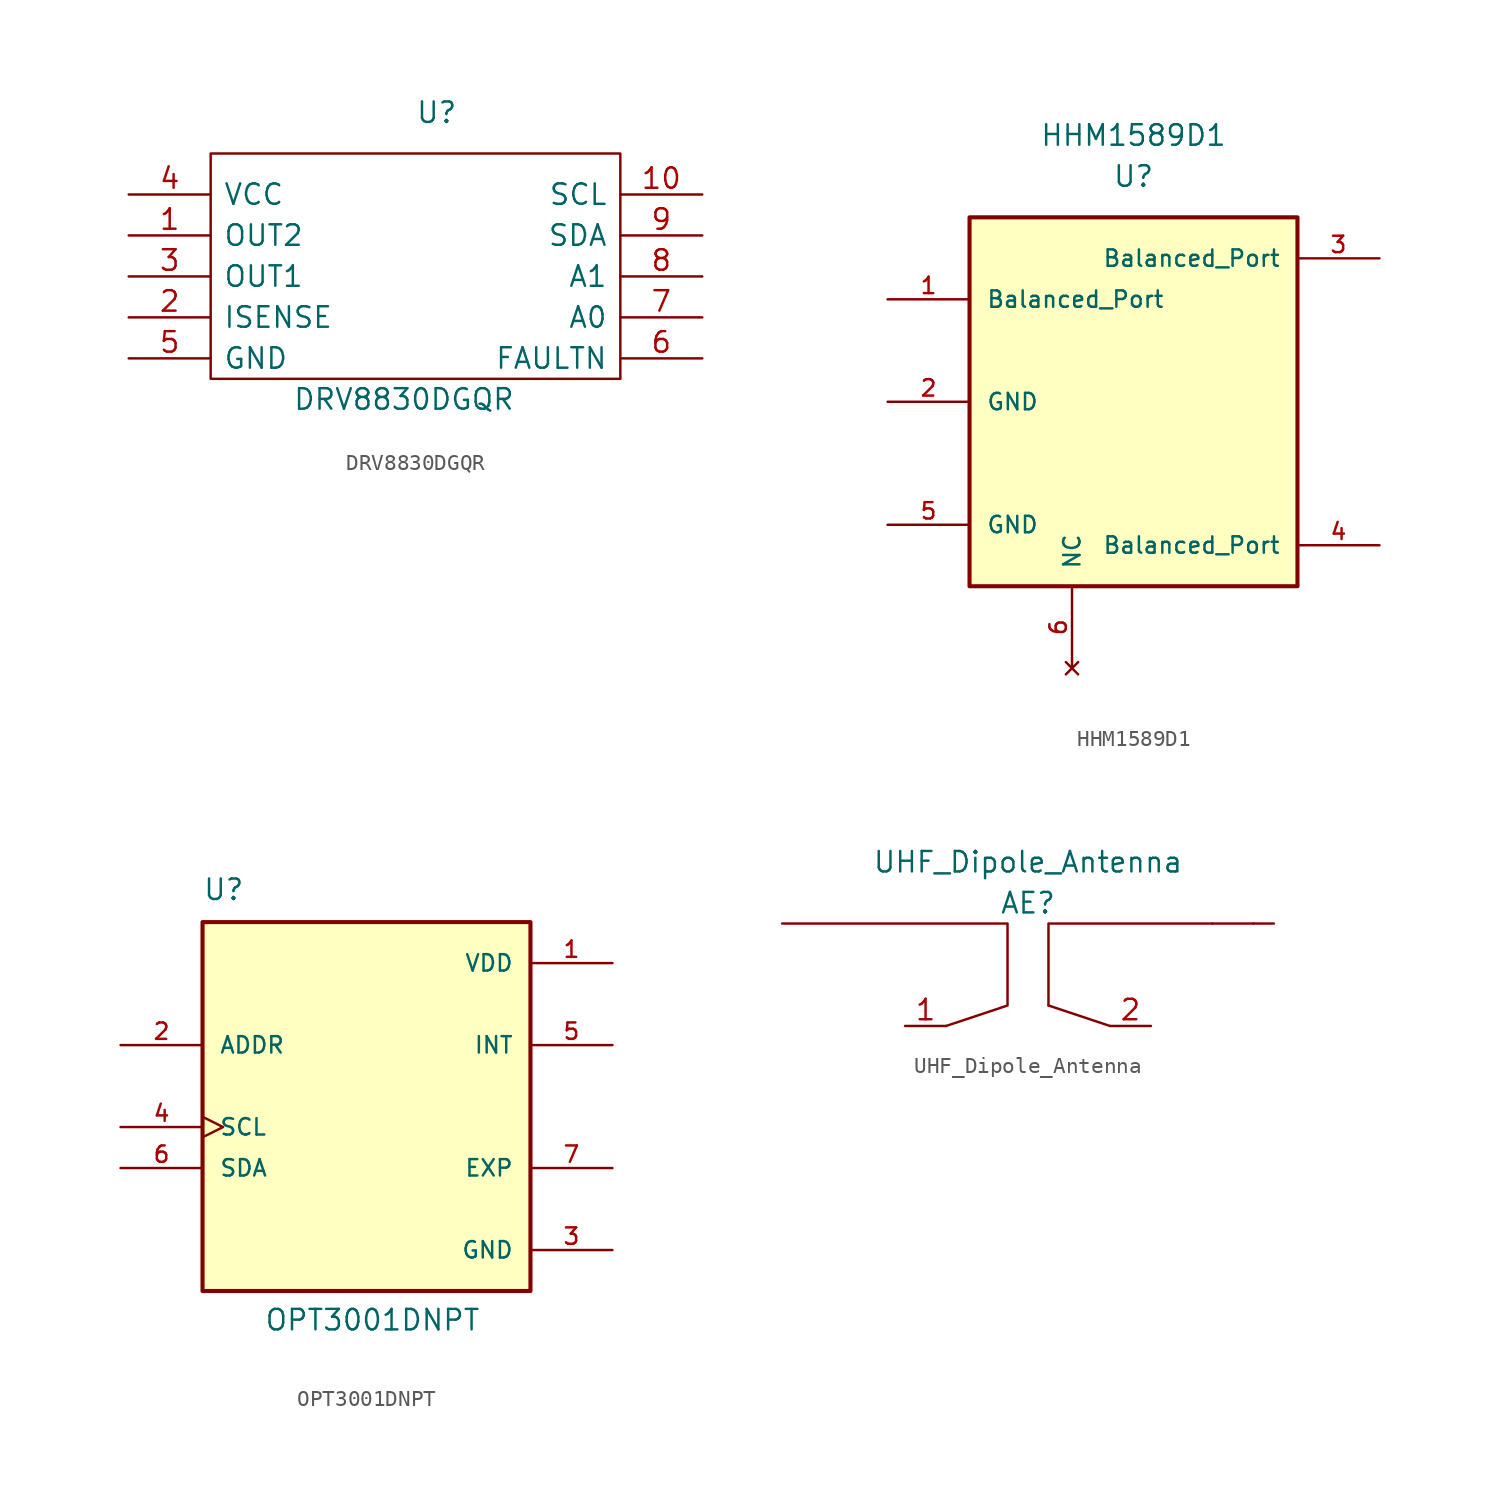
<source format=kicad_sym>
(kicad_symbol_lib
  (version 20231120)
  (generator "kicad_symbol_editor")
  (generator_version "8.0")
  (symbol "DRV8830DGQR"
    (pin_names
      (offset 0.762))
    (property "Reference" "U"
      (at 0 10.16 0)
      (effects (font (size 1.27 1.27)) (justify left)))
    (property "Value" "DRV8830DGQR"
      (at -7.62 -7.62 0)
      (effects (font (size 1.27 1.27)) (justify left)))
    (symbol "DRV8830DGQR_0_0"
      (pin output line (at -17.78 2.54 0) (length 5.08) (name "OUT2" (effects (font (size 1.27 1.27)))) (number "1" (effects (font (size 1.27 1.27)))))
      (pin input line (at 17.78 5.08 180) (length 5.08) (name "SCL" (effects (font (size 1.27 1.27)))) (number "10" (effects (font (size 1.27 1.27)))))
      (pin bidirectional line (at -17.78 -2.54 0) (length 5.08) (name "ISENSE" (effects (font (size 1.27 1.27)))) (number "2" (effects (font (size 1.27 1.27)))))
      (pin output line (at -17.78 0 0) (length 5.08) (name "OUT1" (effects (font (size 1.27 1.27)))) (number "3" (effects (font (size 1.27 1.27)))))
      (pin power_in line (at -17.78 5.08 0) (length 5.08) (name "VCC" (effects (font (size 1.27 1.27)))) (number "4" (effects (font (size 1.27 1.27)))))
      (pin power_in line (at -17.78 -5.08 0) (length 5.08) (name "GND" (effects (font (size 1.27 1.27)))) (number "5" (effects (font (size 1.27 1.27)))))
      (pin open_collector line (at 17.78 -5.08 180) (length 5.08) (name "FAULTN" (effects (font (size 1.27 1.27)))) (number "6" (effects (font (size 1.27 1.27)))))
      (pin input line (at 17.78 -2.54 180) (length 5.08) (name "A0" (effects (font (size 1.27 1.27)))) (number "7" (effects (font (size 1.27 1.27)))))
      (pin input line (at 17.78 0 180) (length 5.08) (name "A1" (effects (font (size 1.27 1.27)))) (number "8" (effects (font (size 1.27 1.27)))))
      (pin bidirectional line (at 17.78 2.54 180) (length 5.08) (name "SDA" (effects (font (size 1.27 1.27)))) (number "9" (effects (font (size 1.27 1.27))))))
    (symbol "DRV8830DGQR_0_1"
      (rectangle (start -12.7 7.62) (end 12.7 -6.35) (stroke (width 0) (type default)) (fill (type none)))))
  (symbol "HHM1589D1"
    (pin_names
      (offset 1.016))
    (property "Reference" "U"
      (at 0 0 0)
      (effects (font (size 1.27 1.27))))
    (property "Value" "HHM1589D1"
      (at 0 2.54 0)
      (effects (font (size 1.27 1.27))))
    (symbol "HHM1589D1_1_1"
      (rectangle (start -10.16 -25.4) (end 10.16 -2.54) (stroke (width 0.254) (type default)) (fill (type background)))
      (pin bidirectional line (at -15.24 -7.62 0) (length 5.08) (name "Balanced_Port" (effects (font (size 1.016 1.016)))) (number "1" (effects (font (size 1.016 1.016)))))
      (pin power_in line (at -15.24 -13.97 0) (length 5.08) (name "GND" (effects (font (size 1.016 1.016)))) (number "2" (effects (font (size 1.016 1.016)))))
      (pin bidirectional line (at 15.24 -5.08 180) (length 5.08) (name "Balanced_Port" (effects (font (size 1.016 1.016)))) (number "3" (effects (font (size 1.016 1.016)))))
      (pin bidirectional line (at 15.24 -22.86 180) (length 5.08) (name "Balanced_Port" (effects (font (size 1.016 1.016)))) (number "4" (effects (font (size 1.016 1.016)))))
      (pin power_in line (at -15.24 -21.59 0) (length 5.08) (name "GND" (effects (font (size 1.016 1.016)))) (number "5" (effects (font (size 1.016 1.016)))))
      (pin no_connect line (at -3.81 -30.48 90) (length 5.08) (name "NC" (effects (font (size 1.016 1.016)))) (number "6" (effects (font (size 1.016 1.016)))))))
  (symbol "OPT3001DNPT"
    (pin_names
      (offset 1.016))
    (property "Reference" "U"
      (at -10.16 13.97 0)
      (effects (font (size 1.27 1.27)) (justify left bottom)))
    (property "Value" "OPT3001DNPT"
      (at -6.35 -12.7 0)
      (effects (font (size 1.27 1.27)) (justify left bottom)))
    (symbol "OPT3001DNPT_0_0"
      (rectangle (start -10.16 -10.16) (end 10.16 12.7) (stroke (width 0.254) (type default)) (fill (type background)))
      (pin power_in line (at 15.24 10.16 180) (length 5.08) (name "VDD" (effects (font (size 1.016 1.016)))) (number "1" (effects (font (size 1.016 1.016)))))
      (pin input line (at -15.24 5.08 0) (length 5.08) (name "ADDR" (effects (font (size 1.016 1.016)))) (number "2" (effects (font (size 1.016 1.016)))))
      (pin power_in line (at 15.24 -7.62 180) (length 5.08) (name "GND" (effects (font (size 1.016 1.016)))) (number "3" (effects (font (size 1.016 1.016)))))
      (pin input clock (at -15.24 0 0) (length 5.08) (name "SCL" (effects (font (size 1.016 1.016)))) (number "4" (effects (font (size 1.016 1.016)))))
      (pin output line (at 15.24 5.08 180) (length 5.08) (name "INT" (effects (font (size 1.016 1.016)))) (number "5" (effects (font (size 1.016 1.016)))))
      (pin bidirectional line (at -15.24 -2.54 0) (length 5.08) (name "SDA" (effects (font (size 1.016 1.016)))) (number "6" (effects (font (size 1.016 1.016)))))
      (pin passive line (at 15.24 -2.54 180) (length 5.08) (name "EXP" (effects (font (size 1.016 1.016)))) (number "7" (effects (font (size 1.016 1.016)))))))
  (symbol "UHF_Dipole_Antenna"
    (pin_names
      (offset 1.016))
    (property "Reference" "AE"
      (at 0 2.54 0)
      (effects (font (size 1.27 1.27))))
    (property "Value" "UHF_Dipole_Antenna"
      (at 0 5.08 0)
      (effects (font (size 1.27 1.27))))
    (symbol "UHF_Dipole_Antenna_0_1"
      (polyline (pts (xy 1.27 -3.81) (xy 5.08 -5.08)) (stroke (width 0) (type default)) (fill (type none)))
      (polyline (pts (xy 11.43 1.27) (xy 13.97 1.27)) (stroke (width 0) (type default)) (fill (type none)))
      (polyline (pts (xy 13.97 1.27) (xy 15.24 1.27)) (stroke (width 0) (type default)) (fill (type none)))
      (polyline (pts (xy 1.27 -3.81) (xy 1.27 1.27) (xy 11.43 1.27)) (stroke (width 0) (type default)) (fill (type none)))
      (polyline (pts (xy -15.24 1.27) (xy -1.27 1.27) (xy -1.27 -3.81) (xy -5.08 -5.08)) (stroke (width 0) (type default)) (fill (type none))))
    (symbol "UHF_Dipole_Antenna_1_1"
      (pin passive line (at -7.62 -5.08 0) (length 2.54) (name "~" (effects (font (size 1.27 1.27)))) (number "1" (effects (font (size 1.27 1.27)))))
      (pin passive line (at 7.62 -5.08 180) (length 2.54) (name "~" (effects (font (size 1.27 1.27)))) (number "2" (effects (font (size 1.27 1.27))))))))
</source>
